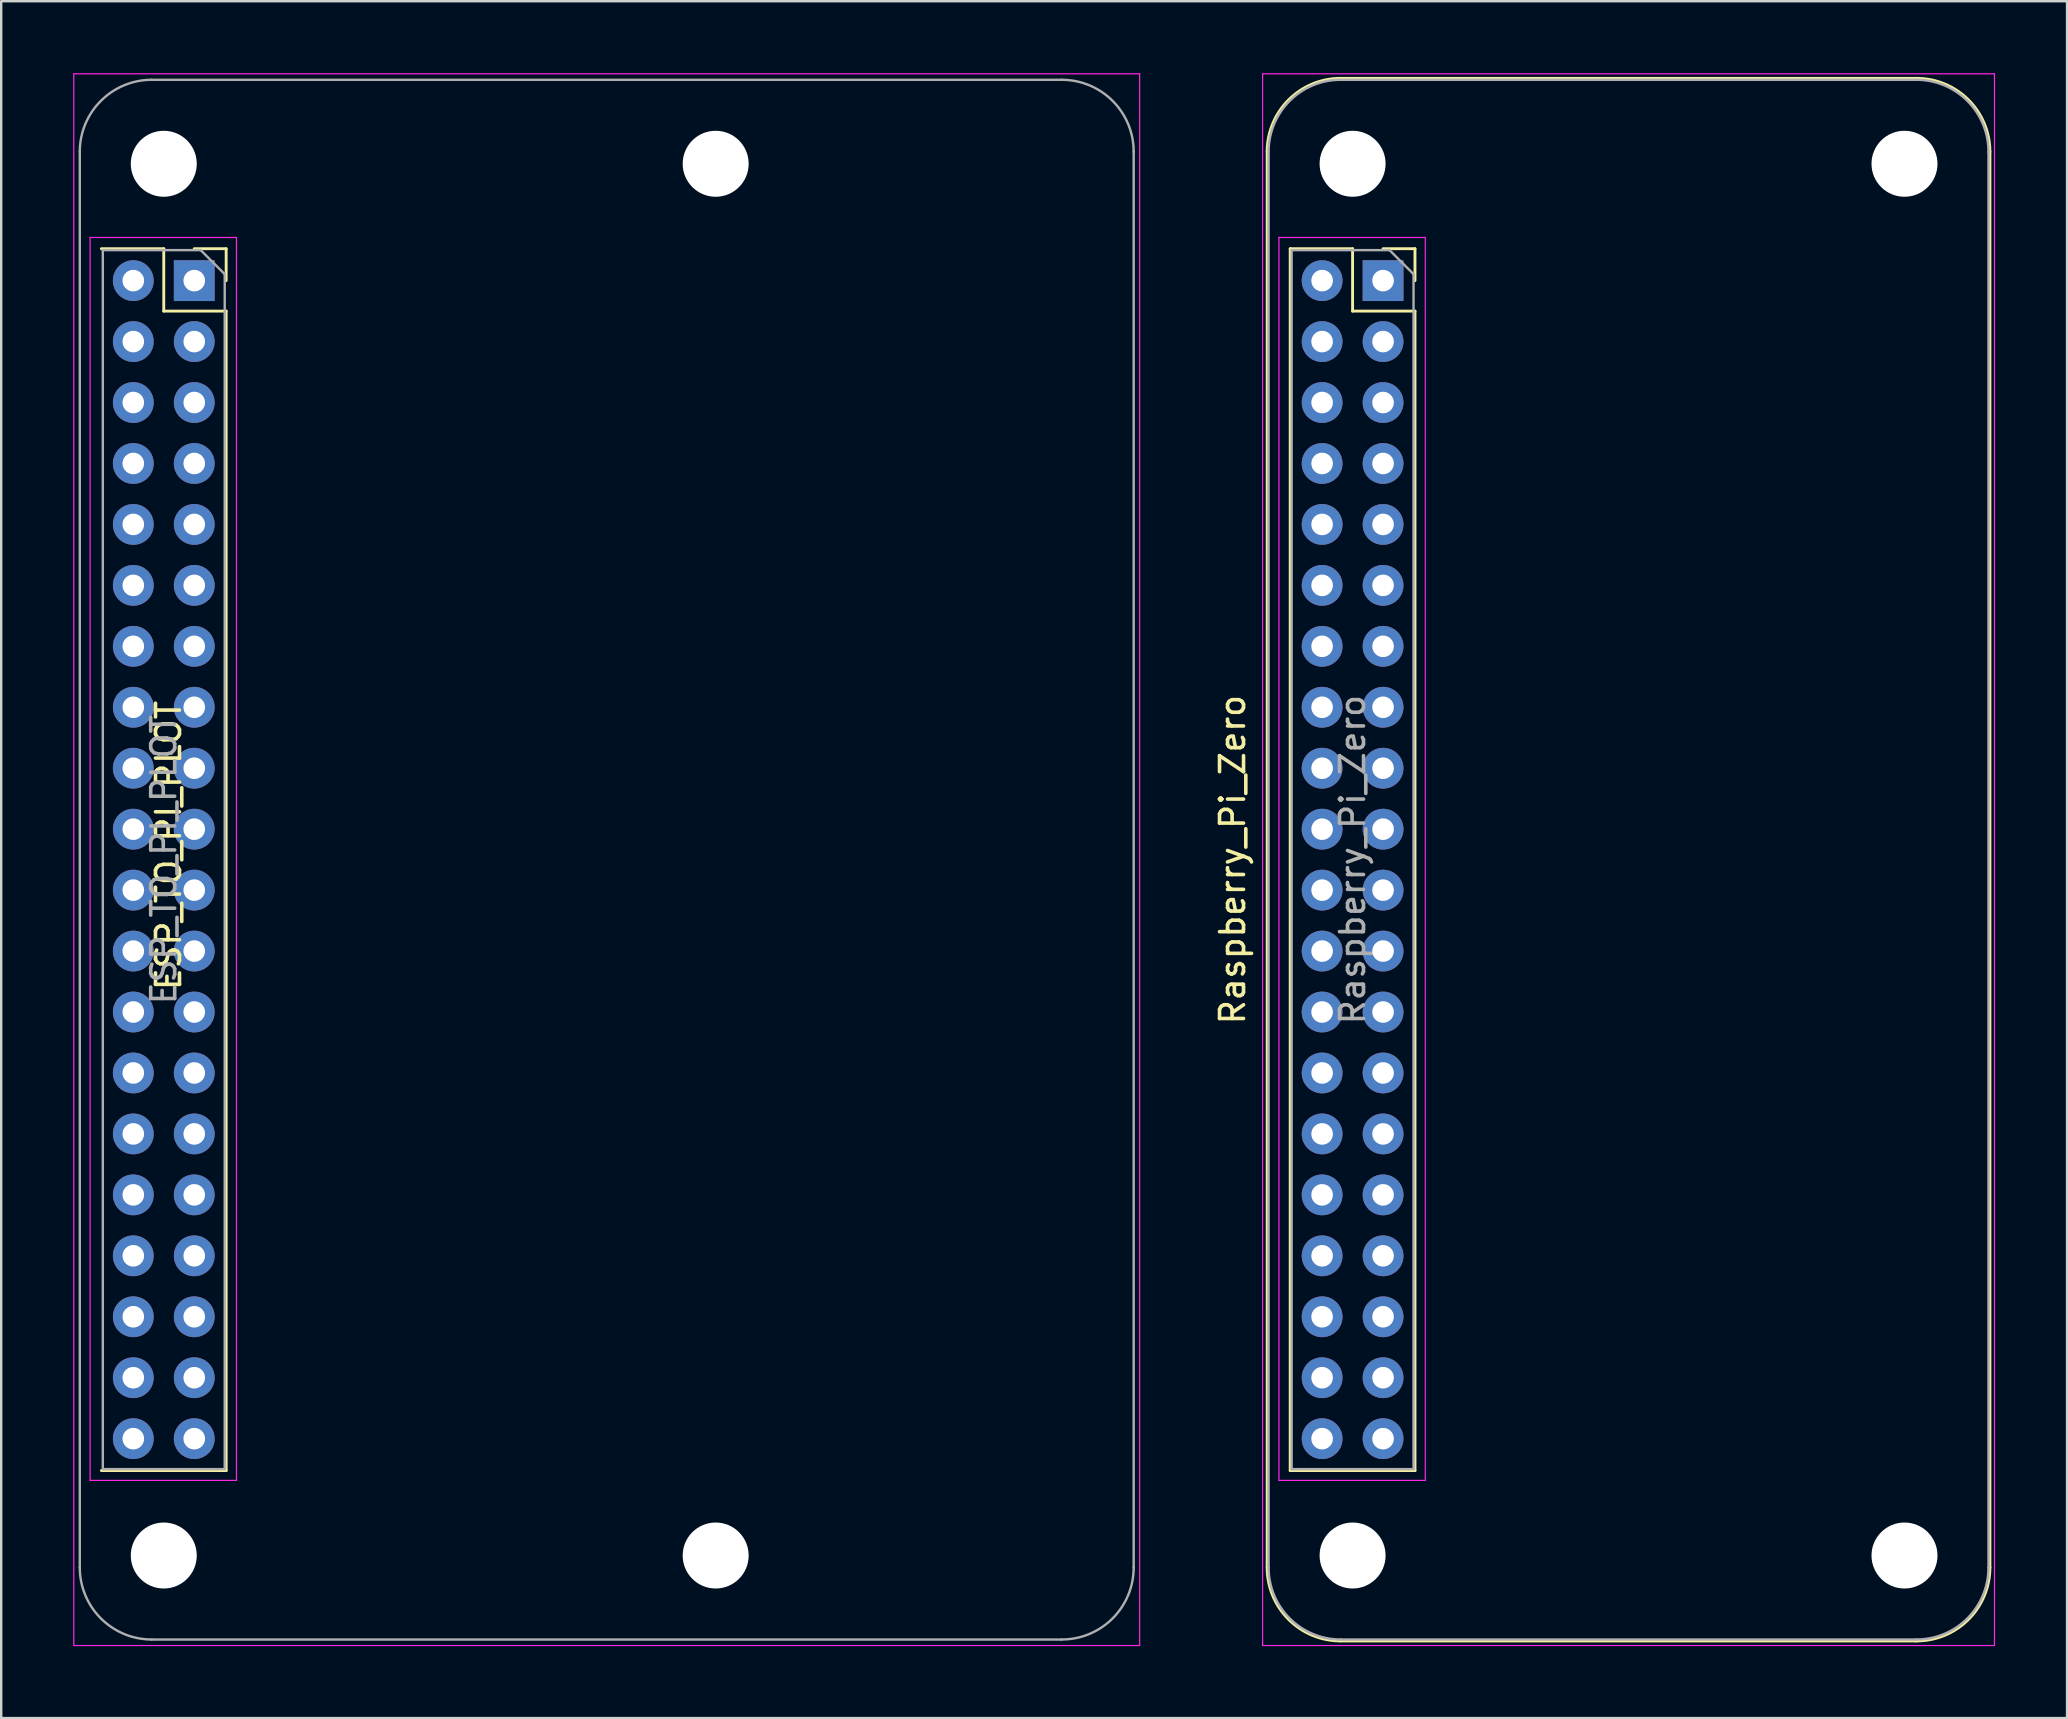
<source format=kicad_pcb>
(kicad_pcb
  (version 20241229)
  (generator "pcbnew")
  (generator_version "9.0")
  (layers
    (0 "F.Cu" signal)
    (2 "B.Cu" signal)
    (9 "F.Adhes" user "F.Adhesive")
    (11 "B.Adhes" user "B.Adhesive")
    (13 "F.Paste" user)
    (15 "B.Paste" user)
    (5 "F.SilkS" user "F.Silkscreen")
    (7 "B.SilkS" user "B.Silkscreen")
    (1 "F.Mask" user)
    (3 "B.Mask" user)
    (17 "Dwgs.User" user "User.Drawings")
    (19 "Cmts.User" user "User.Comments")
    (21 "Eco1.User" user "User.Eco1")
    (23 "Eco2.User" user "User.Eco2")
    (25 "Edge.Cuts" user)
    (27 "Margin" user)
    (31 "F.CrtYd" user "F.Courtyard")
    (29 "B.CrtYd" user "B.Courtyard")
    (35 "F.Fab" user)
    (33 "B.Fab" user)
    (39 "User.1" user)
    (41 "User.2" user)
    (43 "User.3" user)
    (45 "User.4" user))
  (footprint "Raspberry_Pi_Zero"
    (layer "F.Cu")
    (at 54.588 8.645)
    (property "Reference" "Raspberry_Pi_Zero" (at -6.27 24.13 90) (layer "F.SilkS") (effects (font (size 1 1) (thickness 0.15))))
    (attr through_hole)
    (fp_line (start -4.83 53.63) (end -4.83 -5.37) (stroke (width 0.12) (type solid)) (layer "F.SilkS"))
    (fp_line (start -3.87 -1.33) (end -3.87 49.59) (stroke (width 0.12) (type solid)) (layer "F.SilkS"))
    (fp_line (start -3.87 -1.33) (end -1.27 -1.33) (stroke (width 0.12) (type solid)) (layer "F.SilkS"))
    (fp_line (start -3.87 49.59) (end 1.33 49.59) (stroke (width 0.12) (type solid)) (layer "F.SilkS"))
    (fp_line (start -1.77 -8.43) (end 22.23 -8.43) (stroke (width 0.12) (type solid)) (layer "F.SilkS"))
    (fp_line (start -1.77 56.69) (end 22.23 56.69) (stroke (width 0.12) (type solid)) (layer "F.SilkS"))
    (fp_line (start -1.27 -1.33) (end -1.27 1.27) (stroke (width 0.12) (type solid)) (layer "F.SilkS"))
    (fp_line (start -1.27 1.27) (end 1.33 1.27) (stroke (width 0.12) (type solid)) (layer "F.SilkS"))
    (fp_line (start 0 -1.33) (end 1.33 -1.33) (stroke (width 0.12) (type solid)) (layer "F.SilkS"))
    (fp_line (start 1.33 -1.33) (end 1.33 0) (stroke (width 0.12) (type solid)) (layer "F.SilkS"))
    (fp_line (start 1.33 1.27) (end 1.33 49.59) (stroke (width 0.12) (type solid)) (layer "F.SilkS"))
    (fp_line (start 25.29 53.63) (end 25.29 -5.37) (stroke (width 0.12) (type solid)) (layer "F.SilkS"))
    (fp_arc (start -4.83 -5.37) (mid -3.933747 -7.533747) (end -1.77 -8.43) (stroke (width 0.12) (type solid)) (layer "F.SilkS"))
    (fp_arc (start -1.77 56.69) (mid -3.933747 55.793747) (end -4.83 53.63) (stroke (width 0.12) (type solid)) (layer "F.SilkS"))
    (fp_arc (start 22.23 -8.43) (mid 24.393747 -7.533747) (end 25.29 -5.37) (stroke (width 0.12) (type solid)) (layer "F.SilkS"))
    (fp_arc (start 25.29 53.63) (mid 24.393747 55.793747) (end 22.23 56.69) (stroke (width 0.12) (type solid)) (layer "F.SilkS"))
    (fp_line (start -5.02 -8.62) (end 25.48 -8.62) (stroke (width 0.05) (type solid)) (layer "F.CrtYd"))
    (fp_line (start -5.02 56.88) (end -5.02 -8.62) (stroke (width 0.05) (type solid)) (layer "F.CrtYd"))
    (fp_line (start -5.02 56.88) (end 25.48 56.88) (stroke (width 0.05) (type solid)) (layer "F.CrtYd"))
    (fp_line (start -4.34 -1.8) (end 1.76 -1.8) (stroke (width 0.05) (type solid)) (layer "F.CrtYd"))
    (fp_line (start -4.34 50) (end -4.34 -1.8) (stroke (width 0.05) (type solid)) (layer "F.CrtYd"))
    (fp_line (start 1.76 -1.8) (end 1.76 50) (stroke (width 0.05) (type solid)) (layer "F.CrtYd"))
    (fp_line (start 1.76 50) (end -4.34 50) (stroke (width 0.05) (type solid)) (layer "F.CrtYd"))
    (fp_line (start 25.48 56.88) (end 25.48 -8.62) (stroke (width 0.05) (type solid)) (layer "F.CrtYd"))
    (fp_line (start -4.77 53.63) (end -4.77 -5.37) (stroke (width 0.1) (type solid)) (layer "F.Fab"))
    (fp_line (start -3.81 -1.27) (end 0.27 -1.27) (stroke (width 0.1) (type solid)) (layer "F.Fab"))
    (fp_line (start -3.81 49.53) (end -3.81 -1.27) (stroke (width 0.1) (type solid)) (layer "F.Fab"))
    (fp_line (start -1.77 -8.37) (end 22.23 -8.37) (stroke (width 0.1) (type solid)) (layer "F.Fab"))
    (fp_line (start 0.27 -1.27) (end 1.27 -0.27) (stroke (width 0.1) (type solid)) (layer "F.Fab"))
    (fp_line (start 1.27 -0.27) (end 1.27 49.53) (stroke (width 0.1) (type solid)) (layer "F.Fab"))
    (fp_line (start 1.27 49.53) (end -3.81 49.53) (stroke (width 0.1) (type solid)) (layer "F.Fab"))
    (fp_line (start 22.23 56.63) (end -1.77 56.63) (stroke (width 0.1) (type solid)) (layer "F.Fab"))
    (fp_line (start 25.23 -5.37) (end 25.23 53.63) (stroke (width 0.1) (type solid)) (layer "F.Fab"))
    (fp_arc (start -4.77 -5.37) (mid -3.89132 -7.49132) (end -1.77 -8.37) (stroke (width 0.1) (type solid)) (layer "F.Fab"))
    (fp_arc (start -1.77 56.63) (mid -3.89132 55.75132) (end -4.77 53.63) (stroke (width 0.1) (type solid)) (layer "F.Fab"))
    (fp_arc (start 22.23 -8.37) (mid 24.35132 -7.49132) (end 25.23 -5.37) (stroke (width 0.1) (type solid)) (layer "F.Fab"))
    (fp_arc (start 25.23 53.63) (mid 24.35132 55.75132) (end 22.23 56.63) (stroke (width 0.1) (type solid)) (layer "F.Fab"))
    (fp_text user "${REFERENCE}" (at -1.27 24.13 90) (layer "F.Fab") (effects (font (size 1 1) (thickness 0.15))))
    (pad "" np_thru_hole circle (at -1.27 -4.87 90) (size 2.75 2.75) (drill 2.75) (layers "*.Cu" "*.Mask"))
    (pad "" np_thru_hole circle (at -1.27 53.13 90) (size 2.75 2.75) (drill 2.75) (layers "*.Cu" "*.Mask"))
    (pad "" np_thru_hole circle (at 21.73 -4.87 90) (size 2.75 2.75) (drill 2.75) (layers "*.Cu" "*.Mask"))
    (pad "" np_thru_hole circle (at 21.73 53.13 90) (size 2.75 2.75) (drill 2.75) (layers "*.Cu" "*.Mask"))
    (pad "1" thru_hole rect (at 0 0) (size 1.7 1.7) (drill 0.9) (layers "*.Cu" "*.Mask"))
    (pad "2" thru_hole oval (at -2.54 0) (size 1.7 1.7) (drill 0.9) (layers "*.Cu" "*.Mask"))
    (pad "3" thru_hole oval (at 0 2.54) (size 1.7 1.7) (drill 0.9) (layers "*.Cu" "*.Mask"))
    (pad "4" thru_hole oval (at -2.54 2.54) (size 1.7 1.7) (drill 0.9) (layers "*.Cu" "*.Mask"))
    (pad "5" thru_hole oval (at 0 5.08) (size 1.7 1.7) (drill 0.9) (layers "*.Cu" "*.Mask"))
    (pad "6" thru_hole oval (at -2.54 5.08) (size 1.7 1.7) (drill 0.9) (layers "*.Cu" "*.Mask"))
    (pad "7" thru_hole oval (at 0 7.62) (size 1.7 1.7) (drill 0.9) (layers "*.Cu" "*.Mask"))
    (pad "8" thru_hole oval (at -2.54 7.62) (size 1.7 1.7) (drill 0.9) (layers "*.Cu" "*.Mask"))
    (pad "9" thru_hole oval (at 0 10.16) (size 1.7 1.7) (drill 0.9) (layers "*.Cu" "*.Mask"))
    (pad "10" thru_hole oval (at -2.54 10.16) (size 1.7 1.7) (drill 0.9) (layers "*.Cu" "*.Mask"))
    (pad "11" thru_hole oval (at 0 12.7) (size 1.7 1.7) (drill 0.9) (layers "*.Cu" "*.Mask"))
    (pad "12" thru_hole oval (at -2.54 12.7) (size 1.7 1.7) (drill 0.9) (layers "*.Cu" "*.Mask"))
    (pad "13" thru_hole oval (at 0 15.24) (size 1.7 1.7) (drill 0.9) (layers "*.Cu" "*.Mask"))
    (pad "14" thru_hole oval (at -2.54 15.24) (size 1.7 1.7) (drill 0.9) (layers "*.Cu" "*.Mask"))
    (pad "15" thru_hole oval (at 0 17.78) (size 1.7 1.7) (drill 0.9) (layers "*.Cu" "*.Mask"))
    (pad "16" thru_hole oval (at -2.54 17.78) (size 1.7 1.7) (drill 0.9) (layers "*.Cu" "*.Mask"))
    (pad "17" thru_hole oval (at 0 20.32) (size 1.7 1.7) (drill 0.9) (layers "*.Cu" "*.Mask"))
    (pad "18" thru_hole oval (at -2.54 20.32) (size 1.7 1.7) (drill 0.9) (layers "*.Cu" "*.Mask"))
    (pad "19" thru_hole oval (at 0 22.86) (size 1.7 1.7) (drill 0.9) (layers "*.Cu" "*.Mask"))
    (pad "20" thru_hole oval (at -2.54 22.86) (size 1.7 1.7) (drill 0.9) (layers "*.Cu" "*.Mask"))
    (pad "21" thru_hole oval (at 0 25.4) (size 1.7 1.7) (drill 0.9) (layers "*.Cu" "*.Mask"))
    (pad "22" thru_hole oval (at -2.54 25.4) (size 1.7 1.7) (drill 0.9) (layers "*.Cu" "*.Mask"))
    (pad "23" thru_hole oval (at 0 27.94) (size 1.7 1.7) (drill 0.9) (layers "*.Cu" "*.Mask"))
    (pad "24" thru_hole oval (at -2.54 27.94) (size 1.7 1.7) (drill 0.9) (layers "*.Cu" "*.Mask"))
    (pad "25" thru_hole oval (at 0 30.48) (size 1.7 1.7) (drill 0.9) (layers "*.Cu" "*.Mask"))
    (pad "26" thru_hole oval (at -2.54 30.48) (size 1.7 1.7) (drill 0.9) (layers "*.Cu" "*.Mask"))
    (pad "27" thru_hole oval (at 0 33.02) (size 1.7 1.7) (drill 0.9) (layers "*.Cu" "*.Mask"))
    (pad "28" thru_hole oval (at -2.54 33.02) (size 1.7 1.7) (drill 0.9) (layers "*.Cu" "*.Mask"))
    (pad "29" thru_hole oval (at 0 35.56) (size 1.7 1.7) (drill 0.9) (layers "*.Cu" "*.Mask"))
    (pad "30" thru_hole oval (at -2.54 35.56) (size 1.7 1.7) (drill 0.9) (layers "*.Cu" "*.Mask"))
    (pad "31" thru_hole oval (at 0 38.1) (size 1.7 1.7) (drill 0.9) (layers "*.Cu" "*.Mask"))
    (pad "32" thru_hole oval (at -2.54 38.1) (size 1.7 1.7) (drill 0.9) (layers "*.Cu" "*.Mask"))
    (pad "33" thru_hole oval (at 0 40.64) (size 1.7 1.7) (drill 0.9) (layers "*.Cu" "*.Mask"))
    (pad "34" thru_hole oval (at -2.54 40.64) (size 1.7 1.7) (drill 0.9) (layers "*.Cu" "*.Mask"))
    (pad "35" thru_hole oval (at 0 43.18) (size 1.7 1.7) (drill 0.9) (layers "*.Cu" "*.Mask"))
    (pad "36" thru_hole oval (at -2.54 43.18) (size 1.7 1.7) (drill 0.9) (layers "*.Cu" "*.Mask"))
    (pad "37" thru_hole oval (at 0 45.72) (size 1.7 1.7) (drill 0.9) (layers "*.Cu" "*.Mask"))
    (pad "38" thru_hole oval (at -2.54 45.72) (size 1.7 1.7) (drill 0.9) (layers "*.Cu" "*.Mask"))
    (pad "39" thru_hole oval (at 0 48.26) (size 1.7 1.7) (drill 0.9) (layers "*.Cu" "*.Mask"))
    (pad "40" thru_hole oval (at -2.54 48.26) (size 1.7 1.7) (drill 0.9) (layers "*.Cu" "*.Mask")))
  (footprint "ESP_TO_PI_PLOT"
    (layer "F.Cu")
    (at 5.045 8.645)
    (property "Reference" "ESP_TO_PI_PLOT" (at -1.07 23.54 270) (layer "F.SilkS") (effects (font (size 1 1) (thickness 0.15))))
    (attr through_hole)
    (fp_line (start -3.87 -1.33) (end -1.27 -1.33) (stroke (width 0.12) (type solid)) (layer "F.SilkS"))
    (fp_line (start -3.87 49.59) (end 1.33 49.59) (stroke (width 0.12) (type solid)) (layer "F.SilkS"))
    (fp_line (start -1.27 -1.33) (end -1.27 1.27) (stroke (width 0.12) (type solid)) (layer "F.SilkS"))
    (fp_line (start -1.27 1.27) (end 1.33 1.27) (stroke (width 0.12) (type solid)) (layer "F.SilkS"))
    (fp_line (start 0 -1.33) (end 1.33 -1.33) (stroke (width 0.12) (type solid)) (layer "F.SilkS"))
    (fp_line (start 1.33 -1.33) (end 1.33 0) (stroke (width 0.12) (type solid)) (layer "F.SilkS"))
    (fp_line (start 1.33 1.27) (end 1.33 49.59) (stroke (width 0.12) (type solid)) (layer "F.SilkS"))
    (fp_line (start -5.02 -8.62) (end 39.4 -8.62) (stroke (width 0.05) (type solid)) (layer "F.CrtYd"))
    (fp_line (start -5.02 56.88) (end -5.02 -8.62) (stroke (width 0.05) (type solid)) (layer "F.CrtYd"))
    (fp_line (start -5.02 56.88) (end 39.4 56.88) (stroke (width 0.05) (type solid)) (layer "F.CrtYd"))
    (fp_line (start -4.34 -1.8) (end 1.76 -1.8) (stroke (width 0.05) (type solid)) (layer "F.CrtYd"))
    (fp_line (start -4.34 50) (end -4.34 -1.8) (stroke (width 0.05) (type solid)) (layer "F.CrtYd"))
    (fp_line (start 1.76 -1.8) (end 1.76 50) (stroke (width 0.05) (type solid)) (layer "F.CrtYd"))
    (fp_line (start 1.76 50) (end -4.34 50) (stroke (width 0.05) (type solid)) (layer "F.CrtYd"))
    (fp_line (start 39.4 56.88) (end 39.4 -8.62) (stroke (width 0.05) (type solid)) (layer "F.CrtYd"))
    (fp_line (start -4.77 53.63) (end -4.77 -5.37) (stroke (width 0.1) (type solid)) (layer "F.Fab"))
    (fp_line (start -3.81 -1.27) (end 0.27 -1.27) (stroke (width 0.1) (type solid)) (layer "F.Fab"))
    (fp_line (start -3.81 49.53) (end -3.81 -1.27) (stroke (width 0.1) (type solid)) (layer "F.Fab"))
    (fp_line (start -1.77 -8.37) (end 36.15 -8.37) (stroke (width 0.1) (type solid)) (layer "F.Fab"))
    (fp_line (start 0.27 -1.27) (end 1.27 -0.27) (stroke (width 0.1) (type solid)) (layer "F.Fab"))
    (fp_line (start 1.27 -0.27) (end 1.27 49.53) (stroke (width 0.1) (type solid)) (layer "F.Fab"))
    (fp_line (start 1.27 49.53) (end -3.81 49.53) (stroke (width 0.1) (type solid)) (layer "F.Fab"))
    (fp_line (start 36.15 56.63) (end -1.77 56.63) (stroke (width 0.1) (type solid)) (layer "F.Fab"))
    (fp_line (start 39.15 -5.37) (end 39.15 53.63) (stroke (width 0.1) (type solid)) (layer "F.Fab"))
    (fp_arc (start -4.77 -5.37) (mid -3.89132 -7.49132) (end -1.77 -8.37) (stroke (width 0.1) (type solid)) (layer "F.Fab"))
    (fp_arc (start -1.77 56.63) (mid -3.89132 55.75132) (end -4.77 53.63) (stroke (width 0.1) (type solid)) (layer "F.Fab"))
    (fp_arc (start 36.15 -8.37) (mid 38.27132 -7.49132) (end 39.15 -5.37) (stroke (width 0.1) (type solid)) (layer "F.Fab"))
    (fp_arc (start 39.15 53.63) (mid 38.27132 55.75132) (end 36.15 56.63) (stroke (width 0.1) (type solid)) (layer "F.Fab"))
    (fp_text user "${REFERENCE}" (at -1.27 24.13 270) (layer "F.Fab") (effects (font (size 1 1) (thickness 0.15))))
    (pad "" np_thru_hole circle (at -1.27 -4.87 90) (size 2.75 2.75) (drill 2.75) (layers "*.Cu" "*.Mask"))
    (pad "" np_thru_hole circle (at -1.27 53.13 90) (size 2.75 2.75) (drill 2.75) (layers "*.Cu" "*.Mask"))
    (pad "" np_thru_hole circle (at 21.73 -4.87 90) (size 2.75 2.75) (drill 2.75) (layers "*.Cu" "*.Mask"))
    (pad "" np_thru_hole circle (at 21.73 53.13 90) (size 2.75 2.75) (drill 2.75) (layers "*.Cu" "*.Mask"))
    (pad "1" thru_hole rect (at 0 0) (size 1.7 1.7) (drill 0.9) (layers "*.Cu" "*.Mask"))
    (pad "2" thru_hole oval (at -2.54 0) (size 1.7 1.7) (drill 0.9) (layers "*.Cu" "*.Mask"))
    (pad "3" thru_hole oval (at 0 2.54) (size 1.7 1.7) (drill 0.9) (layers "*.Cu" "*.Mask"))
    (pad "4" thru_hole oval (at -2.54 2.54) (size 1.7 1.7) (drill 0.9) (layers "*.Cu" "*.Mask"))
    (pad "5" thru_hole oval (at 0 5.08) (size 1.7 1.7) (drill 0.9) (layers "*.Cu" "*.Mask"))
    (pad "6" thru_hole oval (at -2.54 5.08) (size 1.7 1.7) (drill 0.9) (layers "*.Cu" "*.Mask"))
    (pad "7" thru_hole oval (at 0 7.62) (size 1.7 1.7) (drill 0.9) (layers "*.Cu" "*.Mask"))
    (pad "8" thru_hole oval (at -2.54 7.62) (size 1.7 1.7) (drill 0.9) (layers "*.Cu" "*.Mask"))
    (pad "9" thru_hole oval (at 0 10.16) (size 1.7 1.7) (drill 0.9) (layers "*.Cu" "*.Mask"))
    (pad "10" thru_hole oval (at -2.54 10.16) (size 1.7 1.7) (drill 0.9) (layers "*.Cu" "*.Mask"))
    (pad "11" thru_hole oval (at 0 12.7) (size 1.7 1.7) (drill 0.9) (layers "*.Cu" "*.Mask"))
    (pad "12" thru_hole oval (at -2.54 12.7) (size 1.7 1.7) (drill 0.9) (layers "*.Cu" "*.Mask"))
    (pad "13" thru_hole oval (at 0 15.24) (size 1.7 1.7) (drill 0.9) (layers "*.Cu" "*.Mask"))
    (pad "14" thru_hole oval (at -2.54 15.24) (size 1.7 1.7) (drill 0.9) (layers "*.Cu" "*.Mask"))
    (pad "15" thru_hole oval (at 0 17.78) (size 1.7 1.7) (drill 0.9) (layers "*.Cu" "*.Mask"))
    (pad "16" thru_hole oval (at -2.54 17.78) (size 1.7 1.7) (drill 0.9) (layers "*.Cu" "*.Mask"))
    (pad "17" thru_hole oval (at 0 20.32) (size 1.7 1.7) (drill 0.9) (layers "*.Cu" "*.Mask"))
    (pad "18" thru_hole oval (at -2.54 20.32) (size 1.7 1.7) (drill 0.9) (layers "*.Cu" "*.Mask"))
    (pad "19" thru_hole oval (at 0 22.86) (size 1.7 1.7) (drill 0.9) (layers "*.Cu" "*.Mask"))
    (pad "20" thru_hole oval (at -2.54 22.86) (size 1.7 1.7) (drill 0.9) (layers "*.Cu" "*.Mask"))
    (pad "21" thru_hole oval (at 0 25.4) (size 1.7 1.7) (drill 0.9) (layers "*.Cu" "*.Mask"))
    (pad "22" thru_hole oval (at -2.54 25.4) (size 1.7 1.7) (drill 0.9) (layers "*.Cu" "*.Mask"))
    (pad "23" thru_hole oval (at 0 27.94) (size 1.7 1.7) (drill 0.9) (layers "*.Cu" "*.Mask"))
    (pad "24" thru_hole oval (at -2.54 27.94) (size 1.7 1.7) (drill 0.9) (layers "*.Cu" "*.Mask"))
    (pad "25" thru_hole oval (at 0 30.48) (size 1.7 1.7) (drill 0.9) (layers "*.Cu" "*.Mask"))
    (pad "26" thru_hole oval (at -2.54 30.48) (size 1.7 1.7) (drill 0.9) (layers "*.Cu" "*.Mask"))
    (pad "27" thru_hole oval (at 0 33.02) (size 1.7 1.7) (drill 0.9) (layers "*.Cu" "*.Mask"))
    (pad "28" thru_hole oval (at -2.54 33.02) (size 1.7 1.7) (drill 0.9) (layers "*.Cu" "*.Mask"))
    (pad "29" thru_hole oval (at 0 35.56) (size 1.7 1.7) (drill 0.9) (layers "*.Cu" "*.Mask"))
    (pad "30" thru_hole oval (at -2.54 35.56) (size 1.7 1.7) (drill 0.9) (layers "*.Cu" "*.Mask"))
    (pad "31" thru_hole oval (at 0 38.1) (size 1.7 1.7) (drill 0.9) (layers "*.Cu" "*.Mask"))
    (pad "32" thru_hole oval (at -2.54 38.1) (size 1.7 1.7) (drill 0.9) (layers "*.Cu" "*.Mask"))
    (pad "33" thru_hole oval (at 0 40.64) (size 1.7 1.7) (drill 0.9) (layers "*.Cu" "*.Mask"))
    (pad "34" thru_hole oval (at -2.54 40.64) (size 1.7 1.7) (drill 0.9) (layers "*.Cu" "*.Mask"))
    (pad "35" thru_hole oval (at 0 43.18) (size 1.7 1.7) (drill 0.9) (layers "*.Cu" "*.Mask"))
    (pad "36" thru_hole oval (at -2.54 43.18) (size 1.7 1.7) (drill 0.9) (layers "*.Cu" "*.Mask"))
    (pad "37" thru_hole oval (at 0 45.72) (size 1.7 1.7) (drill 0.9) (layers "*.Cu" "*.Mask"))
    (pad "38" thru_hole oval (at -2.54 45.72) (size 1.7 1.7) (drill 0.9) (layers "*.Cu" "*.Mask"))
    (pad "39" thru_hole oval (at 0 48.26) (size 1.7 1.7) (drill 0.9) (layers "*.Cu" "*.Mask"))
    (pad "40" thru_hole oval (at -2.54 48.26) (size 1.7 1.7) (drill 0.9) (layers "*.Cu" "*.Mask")))
  (gr_rect
    (start -3 -3)
    (end 83.093 68.55)
    (stroke (width 0.1) (type default))
    (fill no)
    (layer "Edge.Cuts")))
</source>
